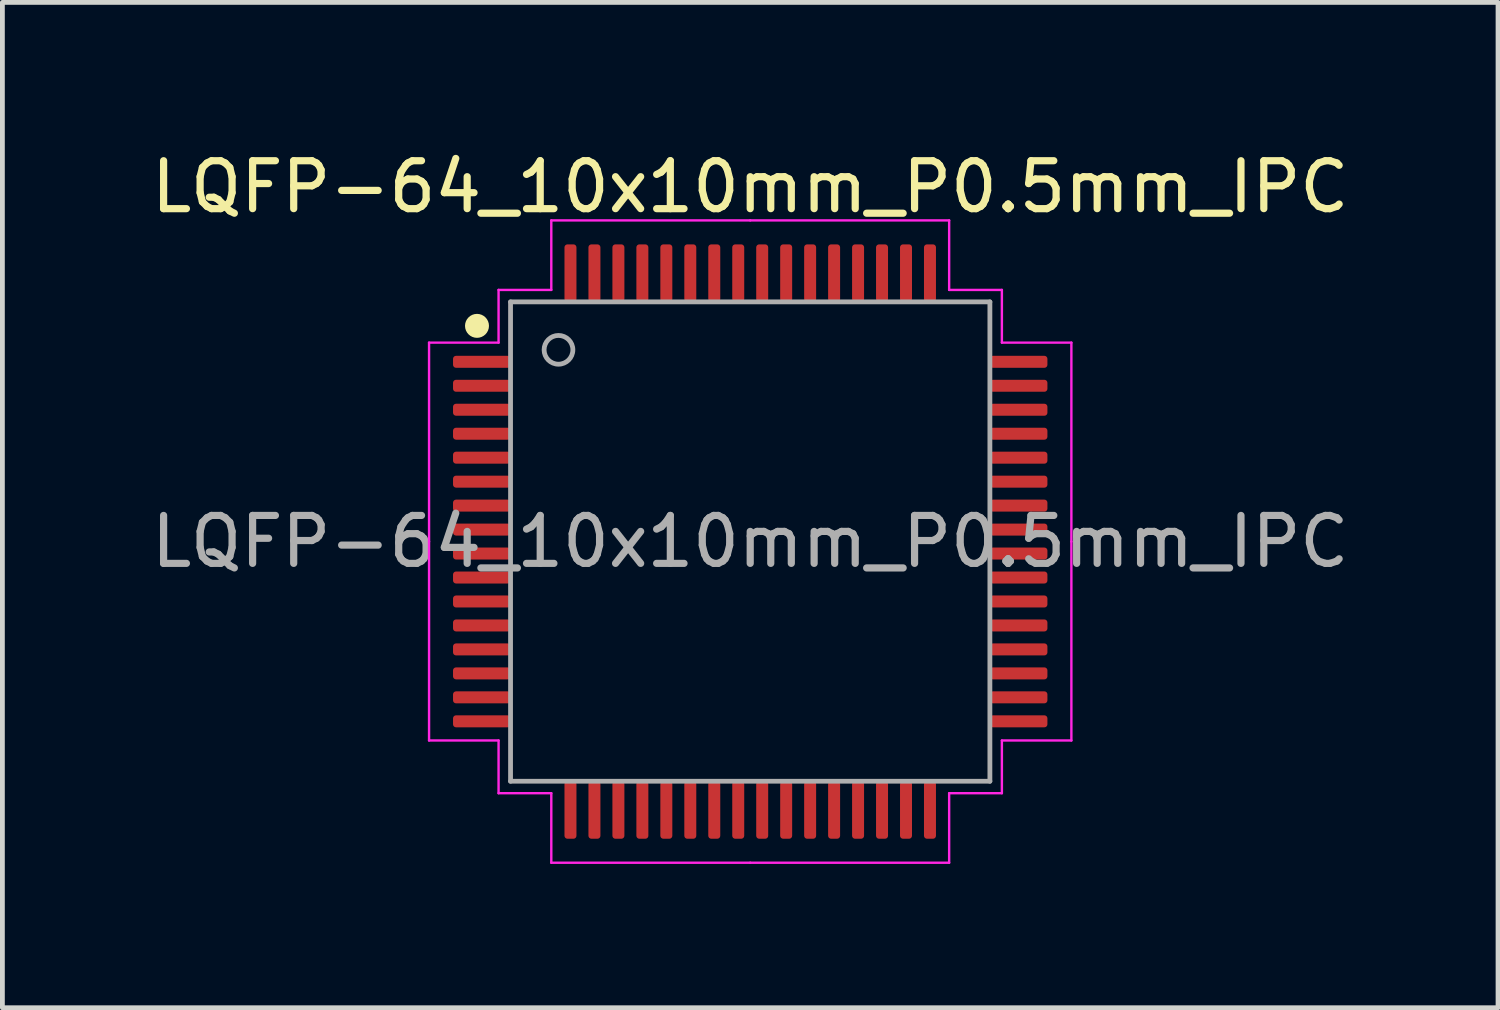
<source format=kicad_pcb>
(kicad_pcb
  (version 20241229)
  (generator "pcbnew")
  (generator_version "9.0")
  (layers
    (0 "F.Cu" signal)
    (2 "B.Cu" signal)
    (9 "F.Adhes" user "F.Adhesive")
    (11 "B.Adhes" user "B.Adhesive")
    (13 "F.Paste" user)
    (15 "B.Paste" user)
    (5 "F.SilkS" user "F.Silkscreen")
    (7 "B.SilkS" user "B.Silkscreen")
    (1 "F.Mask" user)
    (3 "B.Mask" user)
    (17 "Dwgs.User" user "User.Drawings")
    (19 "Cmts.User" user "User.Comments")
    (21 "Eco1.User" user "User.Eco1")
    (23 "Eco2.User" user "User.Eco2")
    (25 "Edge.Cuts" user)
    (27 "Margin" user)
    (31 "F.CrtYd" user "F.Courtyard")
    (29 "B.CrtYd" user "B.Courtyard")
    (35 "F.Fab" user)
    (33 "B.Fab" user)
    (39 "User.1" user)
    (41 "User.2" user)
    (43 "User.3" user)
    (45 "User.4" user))
  (footprint "LQFP-64_10x10mm_P0.5mm_IPC"
    (layer "F.Cu")
    (at 12.601 8.248)
    (property "Reference" "LQFP-64_10x10mm_P0.5mm_IPC" (at 0 -7.4 0) (layer "F.SilkS") (effects (font (size 1 1) (thickness 0.15))))
    (attr smd)
    (fp_circle (center -5.7 -4.5) (end -5.5 -4.5) (stroke (width 0.1) (type solid)) (fill yes) (layer "F.SilkS"))
    (fp_line (start -6.7 -4.15) (end -6.7 0) (stroke (width 0.05) (type solid)) (layer "F.CrtYd"))
    (fp_line (start -6.7 4.15) (end -6.7 0) (stroke (width 0.05) (type solid)) (layer "F.CrtYd"))
    (fp_line (start -5.25 -5.25) (end -5.25 -4.15) (stroke (width 0.05) (type solid)) (layer "F.CrtYd"))
    (fp_line (start -5.25 -4.15) (end -6.7 -4.15) (stroke (width 0.05) (type solid)) (layer "F.CrtYd"))
    (fp_line (start -5.25 4.15) (end -6.7 4.15) (stroke (width 0.05) (type solid)) (layer "F.CrtYd"))
    (fp_line (start -5.25 5.25) (end -5.25 4.15) (stroke (width 0.05) (type solid)) (layer "F.CrtYd"))
    (fp_line (start -4.15 -6.7) (end -4.15 -5.25) (stroke (width 0.05) (type solid)) (layer "F.CrtYd"))
    (fp_line (start -4.15 -5.25) (end -5.25 -5.25) (stroke (width 0.05) (type solid)) (layer "F.CrtYd"))
    (fp_line (start -4.15 5.25) (end -5.25 5.25) (stroke (width 0.05) (type solid)) (layer "F.CrtYd"))
    (fp_line (start -4.15 6.7) (end -4.15 5.25) (stroke (width 0.05) (type solid)) (layer "F.CrtYd"))
    (fp_line (start 0 -6.7) (end -4.15 -6.7) (stroke (width 0.05) (type solid)) (layer "F.CrtYd"))
    (fp_line (start 0 -6.7) (end 4.15 -6.7) (stroke (width 0.05) (type solid)) (layer "F.CrtYd"))
    (fp_line (start 0 6.7) (end -4.15 6.7) (stroke (width 0.05) (type solid)) (layer "F.CrtYd"))
    (fp_line (start 0 6.7) (end 4.15 6.7) (stroke (width 0.05) (type solid)) (layer "F.CrtYd"))
    (fp_line (start 4.15 -6.7) (end 4.15 -5.25) (stroke (width 0.05) (type solid)) (layer "F.CrtYd"))
    (fp_line (start 4.15 -5.25) (end 5.25 -5.25) (stroke (width 0.05) (type solid)) (layer "F.CrtYd"))
    (fp_line (start 4.15 5.25) (end 5.25 5.25) (stroke (width 0.05) (type solid)) (layer "F.CrtYd"))
    (fp_line (start 4.15 6.7) (end 4.15 5.25) (stroke (width 0.05) (type solid)) (layer "F.CrtYd"))
    (fp_line (start 5.25 -5.25) (end 5.25 -4.15) (stroke (width 0.05) (type solid)) (layer "F.CrtYd"))
    (fp_line (start 5.25 -4.15) (end 6.7 -4.15) (stroke (width 0.05) (type solid)) (layer "F.CrtYd"))
    (fp_line (start 5.25 4.15) (end 6.7 4.15) (stroke (width 0.05) (type solid)) (layer "F.CrtYd"))
    (fp_line (start 5.25 5.25) (end 5.25 4.15) (stroke (width 0.05) (type solid)) (layer "F.CrtYd"))
    (fp_line (start 6.7 -4.15) (end 6.7 0) (stroke (width 0.05) (type solid)) (layer "F.CrtYd"))
    (fp_line (start 6.7 4.15) (end 6.7 0) (stroke (width 0.05) (type solid)) (layer "F.CrtYd"))
    (fp_line (start -5 -5) (end 5 -5) (stroke (width 0.1) (type solid)) (layer "F.Fab"))
    (fp_line (start -5 5) (end -5 -5) (stroke (width 0.1) (type solid)) (layer "F.Fab"))
    (fp_line (start 5 -5) (end 5 5) (stroke (width 0.1) (type solid)) (layer "F.Fab"))
    (fp_line (start 5 5) (end -5 5) (stroke (width 0.1) (type solid)) (layer "F.Fab"))
    (fp_circle (center -4 -4) (end -3.7 -4) (stroke (width 0.1) (type solid)) (fill no) (layer "F.Fab"))
    (fp_text user "${REFERENCE}" (at 0 0 0) (layer "F.Fab") (effects (font (size 1 1) (thickness 0.15))))
    (pad "1" smd roundrect (at -5.6 -3.75) (size 1.2 0.25) (layers "F.Cu" "F.Mask" "F.Paste") (roundrect_rratio 0.25))
    (pad "2" smd roundrect (at -5.6 -3.25) (size 1.2 0.25) (layers "F.Cu" "F.Mask" "F.Paste") (roundrect_rratio 0.25))
    (pad "3" smd roundrect (at -5.6 -2.75) (size 1.2 0.25) (layers "F.Cu" "F.Mask" "F.Paste") (roundrect_rratio 0.25))
    (pad "4" smd roundrect (at -5.6 -2.25) (size 1.2 0.25) (layers "F.Cu" "F.Mask" "F.Paste") (roundrect_rratio 0.25))
    (pad "5" smd roundrect (at -5.6 -1.75) (size 1.2 0.25) (layers "F.Cu" "F.Mask" "F.Paste") (roundrect_rratio 0.25))
    (pad "6" smd roundrect (at -5.6 -1.25) (size 1.2 0.25) (layers "F.Cu" "F.Mask" "F.Paste") (roundrect_rratio 0.25))
    (pad "7" smd roundrect (at -5.6 -0.75) (size 1.2 0.25) (layers "F.Cu" "F.Mask" "F.Paste") (roundrect_rratio 0.25))
    (pad "8" smd roundrect (at -5.6 -0.25) (size 1.2 0.25) (layers "F.Cu" "F.Mask" "F.Paste") (roundrect_rratio 0.25))
    (pad "9" smd roundrect (at -5.6 0.25) (size 1.2 0.25) (layers "F.Cu" "F.Mask" "F.Paste") (roundrect_rratio 0.25))
    (pad "10" smd roundrect (at -5.6 0.75) (size 1.2 0.25) (layers "F.Cu" "F.Mask" "F.Paste") (roundrect_rratio 0.25))
    (pad "11" smd roundrect (at -5.6 1.25) (size 1.2 0.25) (layers "F.Cu" "F.Mask" "F.Paste") (roundrect_rratio 0.25))
    (pad "12" smd roundrect (at -5.6 1.75) (size 1.2 0.25) (layers "F.Cu" "F.Mask" "F.Paste") (roundrect_rratio 0.25))
    (pad "13" smd roundrect (at -5.6 2.25) (size 1.2 0.25) (layers "F.Cu" "F.Mask" "F.Paste") (roundrect_rratio 0.25))
    (pad "14" smd roundrect (at -5.6 2.75) (size 1.2 0.25) (layers "F.Cu" "F.Mask" "F.Paste") (roundrect_rratio 0.25))
    (pad "15" smd roundrect (at -5.6 3.25) (size 1.2 0.25) (layers "F.Cu" "F.Mask" "F.Paste") (roundrect_rratio 0.25))
    (pad "16" smd roundrect (at -5.6 3.75) (size 1.2 0.25) (layers "F.Cu" "F.Mask" "F.Paste") (roundrect_rratio 0.25))
    (pad "17" smd roundrect (at -3.75 5.6) (size 0.25 1.2) (layers "F.Cu" "F.Mask" "F.Paste") (roundrect_rratio 0.25))
    (pad "18" smd roundrect (at -3.25 5.6) (size 0.25 1.2) (layers "F.Cu" "F.Mask" "F.Paste") (roundrect_rratio 0.25))
    (pad "19" smd roundrect (at -2.75 5.6) (size 0.25 1.2) (layers "F.Cu" "F.Mask" "F.Paste") (roundrect_rratio 0.25))
    (pad "20" smd roundrect (at -2.25 5.6) (size 0.25 1.2) (layers "F.Cu" "F.Mask" "F.Paste") (roundrect_rratio 0.25))
    (pad "21" smd roundrect (at -1.75 5.6) (size 0.25 1.2) (layers "F.Cu" "F.Mask" "F.Paste") (roundrect_rratio 0.25))
    (pad "22" smd roundrect (at -1.25 5.6) (size 0.25 1.2) (layers "F.Cu" "F.Mask" "F.Paste") (roundrect_rratio 0.25))
    (pad "23" smd roundrect (at -0.75 5.6) (size 0.25 1.2) (layers "F.Cu" "F.Mask" "F.Paste") (roundrect_rratio 0.25))
    (pad "24" smd roundrect (at -0.25 5.6) (size 0.25 1.2) (layers "F.Cu" "F.Mask" "F.Paste") (roundrect_rratio 0.25))
    (pad "25" smd roundrect (at 0.25 5.6) (size 0.25 1.2) (layers "F.Cu" "F.Mask" "F.Paste") (roundrect_rratio 0.25))
    (pad "26" smd roundrect (at 0.75 5.6) (size 0.25 1.2) (layers "F.Cu" "F.Mask" "F.Paste") (roundrect_rratio 0.25))
    (pad "27" smd roundrect (at 1.25 5.6) (size 0.25 1.2) (layers "F.Cu" "F.Mask" "F.Paste") (roundrect_rratio 0.25))
    (pad "28" smd roundrect (at 1.75 5.6) (size 0.25 1.2) (layers "F.Cu" "F.Mask" "F.Paste") (roundrect_rratio 0.25))
    (pad "29" smd roundrect (at 2.25 5.6) (size 0.25 1.2) (layers "F.Cu" "F.Mask" "F.Paste") (roundrect_rratio 0.25))
    (pad "30" smd roundrect (at 2.75 5.6) (size 0.25 1.2) (layers "F.Cu" "F.Mask" "F.Paste") (roundrect_rratio 0.25))
    (pad "31" smd roundrect (at 3.25 5.6) (size 0.25 1.2) (layers "F.Cu" "F.Mask" "F.Paste") (roundrect_rratio 0.25))
    (pad "32" smd roundrect (at 3.75 5.6) (size 0.25 1.2) (layers "F.Cu" "F.Mask" "F.Paste") (roundrect_rratio 0.25))
    (pad "33" smd roundrect (at 5.6 3.75) (size 1.2 0.25) (layers "F.Cu" "F.Mask" "F.Paste") (roundrect_rratio 0.25))
    (pad "34" smd roundrect (at 5.6 3.25) (size 1.2 0.25) (layers "F.Cu" "F.Mask" "F.Paste") (roundrect_rratio 0.25))
    (pad "35" smd roundrect (at 5.6 2.75) (size 1.2 0.25) (layers "F.Cu" "F.Mask" "F.Paste") (roundrect_rratio 0.25))
    (pad "36" smd roundrect (at 5.6 2.25) (size 1.2 0.25) (layers "F.Cu" "F.Mask" "F.Paste") (roundrect_rratio 0.25))
    (pad "37" smd roundrect (at 5.6 1.75) (size 1.2 0.25) (layers "F.Cu" "F.Mask" "F.Paste") (roundrect_rratio 0.25))
    (pad "38" smd roundrect (at 5.6 1.25) (size 1.2 0.25) (layers "F.Cu" "F.Mask" "F.Paste") (roundrect_rratio 0.25))
    (pad "39" smd roundrect (at 5.6 0.75) (size 1.2 0.25) (layers "F.Cu" "F.Mask" "F.Paste") (roundrect_rratio 0.25))
    (pad "40" smd roundrect (at 5.6 0.25) (size 1.2 0.25) (layers "F.Cu" "F.Mask" "F.Paste") (roundrect_rratio 0.25))
    (pad "41" smd roundrect (at 5.6 -0.25) (size 1.2 0.25) (layers "F.Cu" "F.Mask" "F.Paste") (roundrect_rratio 0.25))
    (pad "42" smd roundrect (at 5.6 -0.75) (size 1.2 0.25) (layers "F.Cu" "F.Mask" "F.Paste") (roundrect_rratio 0.25))
    (pad "43" smd roundrect (at 5.6 -1.25) (size 1.2 0.25) (layers "F.Cu" "F.Mask" "F.Paste") (roundrect_rratio 0.25))
    (pad "44" smd roundrect (at 5.6 -1.75) (size 1.2 0.25) (layers "F.Cu" "F.Mask" "F.Paste") (roundrect_rratio 0.25))
    (pad "45" smd roundrect (at 5.6 -2.25) (size 1.2 0.25) (layers "F.Cu" "F.Mask" "F.Paste") (roundrect_rratio 0.25))
    (pad "46" smd roundrect (at 5.6 -2.75) (size 1.2 0.25) (layers "F.Cu" "F.Mask" "F.Paste") (roundrect_rratio 0.25))
    (pad "47" smd roundrect (at 5.6 -3.25) (size 1.2 0.25) (layers "F.Cu" "F.Mask" "F.Paste") (roundrect_rratio 0.25))
    (pad "48" smd roundrect (at 5.6 -3.75) (size 1.2 0.25) (layers "F.Cu" "F.Mask" "F.Paste") (roundrect_rratio 0.25))
    (pad "49" smd roundrect (at 3.75 -5.6) (size 0.25 1.2) (layers "F.Cu" "F.Mask" "F.Paste") (roundrect_rratio 0.25))
    (pad "50" smd roundrect (at 3.25 -5.6) (size 0.25 1.2) (layers "F.Cu" "F.Mask" "F.Paste") (roundrect_rratio 0.25))
    (pad "51" smd roundrect (at 2.75 -5.6) (size 0.25 1.2) (layers "F.Cu" "F.Mask" "F.Paste") (roundrect_rratio 0.25))
    (pad "52" smd roundrect (at 2.25 -5.6) (size 0.25 1.2) (layers "F.Cu" "F.Mask" "F.Paste") (roundrect_rratio 0.25))
    (pad "53" smd roundrect (at 1.75 -5.6) (size 0.25 1.2) (layers "F.Cu" "F.Mask" "F.Paste") (roundrect_rratio 0.25))
    (pad "54" smd roundrect (at 1.25 -5.6) (size 0.25 1.2) (layers "F.Cu" "F.Mask" "F.Paste") (roundrect_rratio 0.25))
    (pad "55" smd roundrect (at 0.75 -5.6) (size 0.25 1.2) (layers "F.Cu" "F.Mask" "F.Paste") (roundrect_rratio 0.25))
    (pad "56" smd roundrect (at 0.25 -5.6) (size 0.25 1.2) (layers "F.Cu" "F.Mask" "F.Paste") (roundrect_rratio 0.25))
    (pad "57" smd roundrect (at -0.25 -5.6) (size 0.25 1.2) (layers "F.Cu" "F.Mask" "F.Paste") (roundrect_rratio 0.25))
    (pad "58" smd roundrect (at -0.75 -5.6) (size 0.25 1.2) (layers "F.Cu" "F.Mask" "F.Paste") (roundrect_rratio 0.25))
    (pad "59" smd roundrect (at -1.25 -5.6) (size 0.25 1.2) (layers "F.Cu" "F.Mask" "F.Paste") (roundrect_rratio 0.25))
    (pad "60" smd roundrect (at -1.75 -5.6) (size 0.25 1.2) (layers "F.Cu" "F.Mask" "F.Paste") (roundrect_rratio 0.25))
    (pad "61" smd roundrect (at -2.25 -5.6) (size 0.25 1.2) (layers "F.Cu" "F.Mask" "F.Paste") (roundrect_rratio 0.25))
    (pad "62" smd roundrect (at -2.75 -5.6) (size 0.25 1.2) (layers "F.Cu" "F.Mask" "F.Paste") (roundrect_rratio 0.25))
    (pad "63" smd roundrect (at -3.25 -5.6) (size 0.25 1.2) (layers "F.Cu" "F.Mask" "F.Paste") (roundrect_rratio 0.25))
    (pad "64" smd roundrect (at -3.75 -5.6) (size 0.25 1.2) (layers "F.Cu" "F.Mask" "F.Paste") (roundrect_rratio 0.25)))
  (gr_rect
    (start -3 -3)
    (end 28.202 17.973)
    (stroke (width 0.1) (type default))
    (fill no)
    (layer "Edge.Cuts")))
</source>
